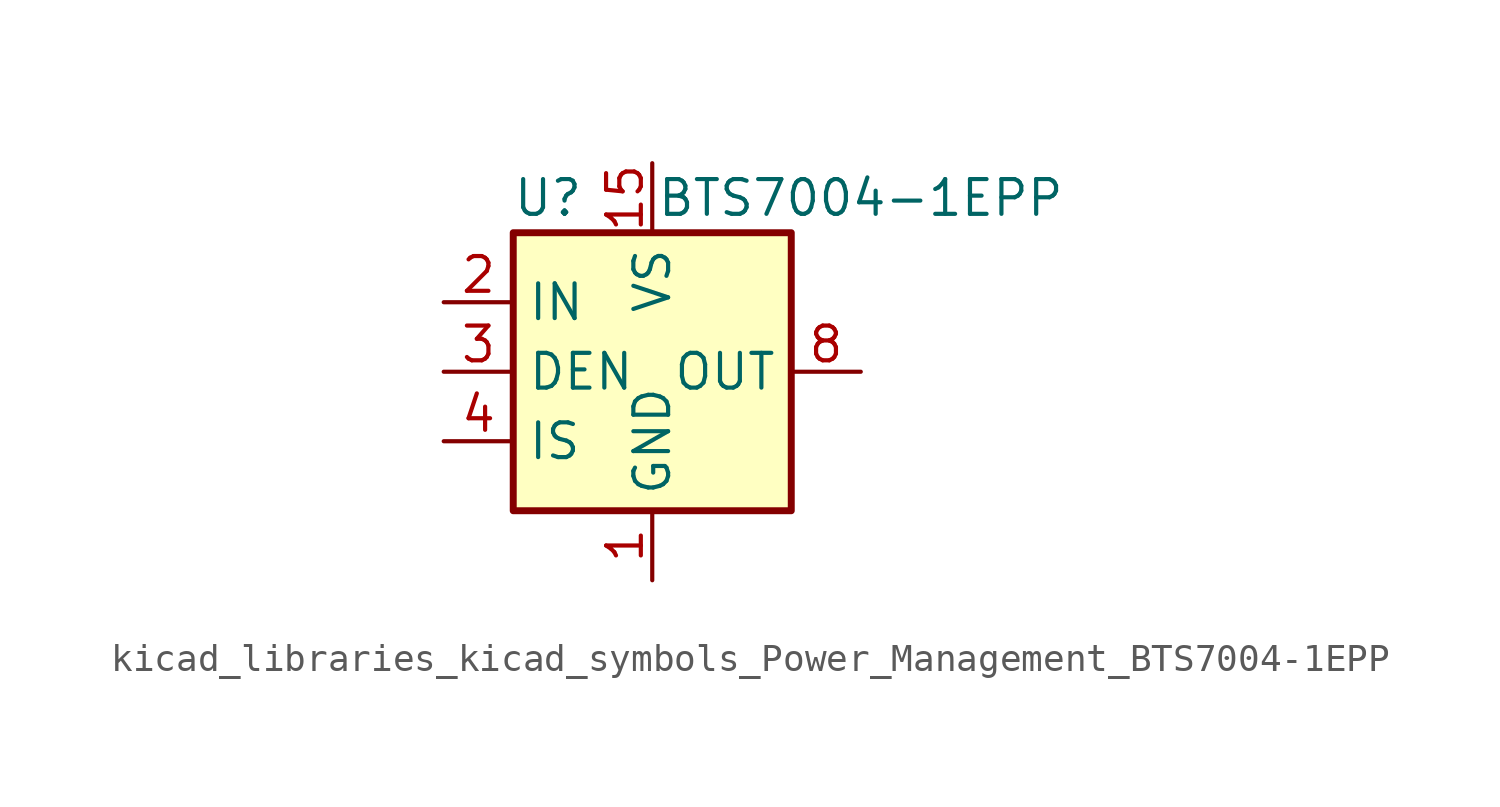
<source format=kicad_sym>
(kicad_symbol_lib
  (version 20220914)
  (generator kicad_symbol_editor)
  (symbol "kicad_libraries_kicad_symbols_Power_Management_BTS7004-1EPP"
    (property "Reference" "U"
      (at -3.81 6.35 0)
      (effects (font (size 1.27 1.27))))
    (property "Value" "BTS7004-1EPP"
      (at 7.62 6.35 0)
      (effects (font (size 1.27 1.27))))
    (symbol "kicad_libraries_kicad_symbols_Power_Management_BTS7004-1EPP_0_1"
      (rectangle (start -5.08 5.08) (end 5.08 -5.08) (stroke (width 0.254) (type default)) (fill (type background))))
    (symbol "kicad_libraries_kicad_symbols_Power_Management_BTS7004-1EPP_1_1"
      (pin power_in line (at 0 -7.62 90) (length 2.54) (name "GND" (effects (font (size 1.27 1.27)))) (number "1" (effects (font (size 1.27 1.27)))))
      (pin passive line (at 7.62 0 180) (length 2.54) hide (name "OUT" (effects (font (size 1.27 1.27)))) (number "10" (effects (font (size 1.27 1.27)))))
      (pin no_connect line (at 5.08 -5.08 180) (length 2.54) hide (name "NC" (effects (font (size 1.27 1.27)))) (number "11" (effects (font (size 1.27 1.27)))))
      (pin passive line (at 7.62 0 180) (length 2.54) hide (name "OUT" (effects (font (size 1.27 1.27)))) (number "12" (effects (font (size 1.27 1.27)))))
      (pin passive line (at 7.62 0 180) (length 2.54) hide (name "OUT" (effects (font (size 1.27 1.27)))) (number "13" (effects (font (size 1.27 1.27)))))
      (pin passive line (at 7.62 0 180) (length 2.54) hide (name "OUT" (effects (font (size 1.27 1.27)))) (number "14" (effects (font (size 1.27 1.27)))))
      (pin power_in line (at 0 7.62 270) (length 2.54) (name "VS" (effects (font (size 1.27 1.27)))) (number "15" (effects (font (size 1.27 1.27)))))
      (pin input line (at -7.62 2.54 0) (length 2.54) (name "IN" (effects (font (size 1.27 1.27)))) (number "2" (effects (font (size 1.27 1.27)))))
      (pin input line (at -7.62 0 0) (length 2.54) (name "DEN" (effects (font (size 1.27 1.27)))) (number "3" (effects (font (size 1.27 1.27)))))
      (pin output line (at -7.62 -2.54 0) (length 2.54) (name "IS" (effects (font (size 1.27 1.27)))) (number "4" (effects (font (size 1.27 1.27)))))
      (pin no_connect line (at 5.08 5.08 180) (length 2.54) hide (name "NC" (effects (font (size 1.27 1.27)))) (number "5" (effects (font (size 1.27 1.27)))))
      (pin no_connect line (at 5.08 2.54 180) (length 2.54) hide (name "NC" (effects (font (size 1.27 1.27)))) (number "6" (effects (font (size 1.27 1.27)))))
      (pin no_connect line (at 5.08 -2.54 180) (length 2.54) hide (name "NC" (effects (font (size 1.27 1.27)))) (number "7" (effects (font (size 1.27 1.27)))))
      (pin power_out line (at 7.62 0 180) (length 2.54) (name "OUT" (effects (font (size 1.27 1.27)))) (number "8" (effects (font (size 1.27 1.27)))))
      (pin passive line (at 7.62 0 180) (length 2.54) hide (name "OUT" (effects (font (size 1.27 1.27)))) (number "9" (effects (font (size 1.27 1.27))))))))
</source>
